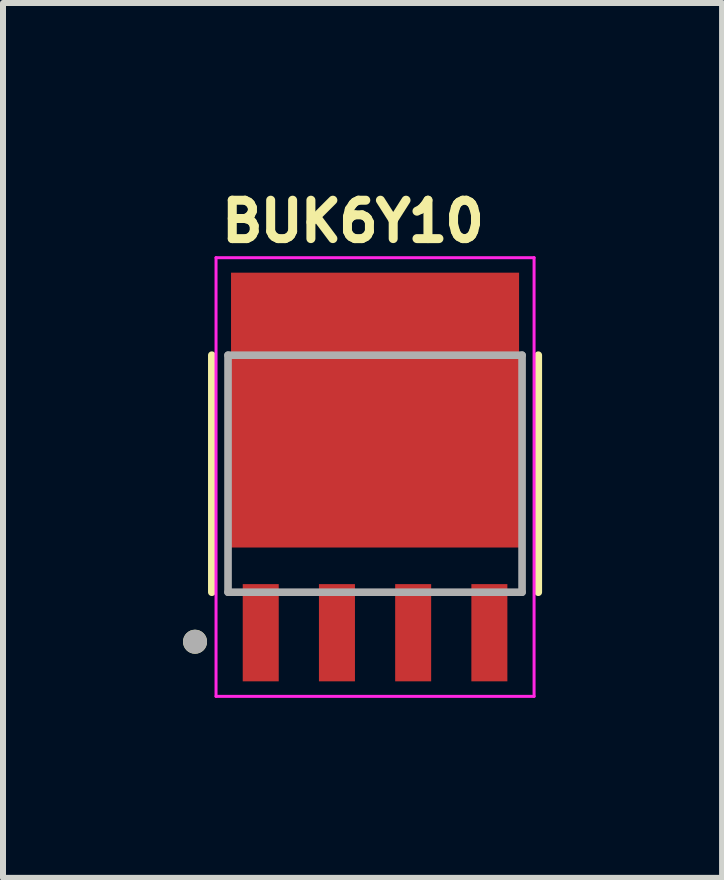
<source format=kicad_pcb>
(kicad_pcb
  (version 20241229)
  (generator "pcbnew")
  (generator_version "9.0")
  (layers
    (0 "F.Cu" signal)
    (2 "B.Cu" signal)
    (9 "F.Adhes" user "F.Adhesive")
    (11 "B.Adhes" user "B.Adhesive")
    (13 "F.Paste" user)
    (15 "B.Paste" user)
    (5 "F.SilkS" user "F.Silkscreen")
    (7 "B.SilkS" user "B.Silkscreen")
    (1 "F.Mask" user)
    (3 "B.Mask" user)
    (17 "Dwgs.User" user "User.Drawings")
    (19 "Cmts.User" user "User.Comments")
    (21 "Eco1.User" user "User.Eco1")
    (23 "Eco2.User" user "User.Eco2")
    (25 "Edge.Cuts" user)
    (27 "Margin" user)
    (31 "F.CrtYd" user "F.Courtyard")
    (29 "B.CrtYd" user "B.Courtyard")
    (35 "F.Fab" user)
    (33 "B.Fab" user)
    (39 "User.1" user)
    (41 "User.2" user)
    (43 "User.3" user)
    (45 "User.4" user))
  (footprint "BUK6Y10"
    (layer "F.Cu")
    (at 3.2 4.844)
    (property "Reference" "BUK6Y10" (at -0.368 -4.206 0) (layer "F.SilkS") (effects (font (size 0.64 0.64) (thickness 0.15))))
    (attr through_hole)
    (fp_line (start -2.72 -1.975) (end -2.72 1.975) (stroke (width 0.127) (type solid)) (layer "F.SilkS"))
    (fp_line (start 2.72 1.975) (end 2.72 -1.975) (stroke (width 0.127) (type solid)) (layer "F.SilkS"))
    (fp_circle (center -3 2.8) (end -2.9 2.8) (stroke (width 0.2) (type solid)) (fill no) (layer "F.SilkS"))
    (fp_poly (pts (xy -1.97 -2.92) (xy -0.43 -2.92) (xy -0.43 -1.49) (xy -1.97 -1.49)) (stroke (width 0.01) (type solid)) (fill yes) (layer "F.Paste"))
    (fp_poly (pts (xy -1.97 -0.63) (xy -0.43 -0.63) (xy -0.43 0.8) (xy -1.97 0.8)) (stroke (width 0.01) (type solid)) (fill yes) (layer "F.Paste"))
    (fp_poly (pts (xy 0.43 -2.92) (xy 1.97 -2.92) (xy 1.97 -1.49) (xy 0.43 -1.49)) (stroke (width 0.01) (type solid)) (fill yes) (layer "F.Paste"))
    (fp_poly (pts (xy 0.43 -0.63) (xy 1.97 -0.63) (xy 1.97 0.8) (xy 0.43 0.8)) (stroke (width 0.01) (type solid)) (fill yes) (layer "F.Paste"))
    (fp_line (start -2.65 -3.6) (end -2.65 3.71) (stroke (width 0.05) (type solid)) (layer "F.CrtYd"))
    (fp_line (start -2.65 3.71) (end 2.65 3.71) (stroke (width 0.05) (type solid)) (layer "F.CrtYd"))
    (fp_line (start 2.65 -3.6) (end -2.65 -3.6) (stroke (width 0.05) (type solid)) (layer "F.CrtYd"))
    (fp_line (start 2.65 3.71) (end 2.65 -3.6) (stroke (width 0.05) (type solid)) (layer "F.CrtYd"))
    (fp_line (start -2.45 -1.975) (end -2.45 1.975) (stroke (width 0.127) (type solid)) (layer "F.Fab"))
    (fp_line (start -2.45 1.975) (end 2.45 1.975) (stroke (width 0.127) (type solid)) (layer "F.Fab"))
    (fp_line (start 2.45 -1.975) (end -2.45 -1.975) (stroke (width 0.127) (type solid)) (layer "F.Fab"))
    (fp_line (start 2.45 1.975) (end 2.45 -1.975) (stroke (width 0.127) (type solid)) (layer "F.Fab"))
    (fp_circle (center -3 2.8) (end -2.9 2.8) (stroke (width 0.2) (type solid)) (fill no) (layer "F.Fab"))
    (pad "1" smd rect (at -1.905 2.65 90) (size 1.62 0.6) (layers "F.Cu" "F.Mask" "F.Paste"))
    (pad "2" smd rect (at -0.635 2.65 90) (size 1.62 0.6) (layers "F.Cu" "F.Mask" "F.Paste"))
    (pad "3" smd rect (at 0.635 2.65 90) (size 1.62 0.6) (layers "F.Cu" "F.Mask" "F.Paste"))
    (pad "4" smd rect (at 1.905 2.65 90) (size 1.62 0.6) (layers "F.Cu" "F.Mask" "F.Paste"))
    (pad "5" smd rect (at 0 -1.06) (size 4.8 4.58) (layers "F.Cu" "F.Mask")))
  (gr_rect
    (start -3 -3)
    (end 8.983 11.579)
    (stroke (width 0.1) (type default))
    (fill no)
    (layer "Edge.Cuts")))
</source>
